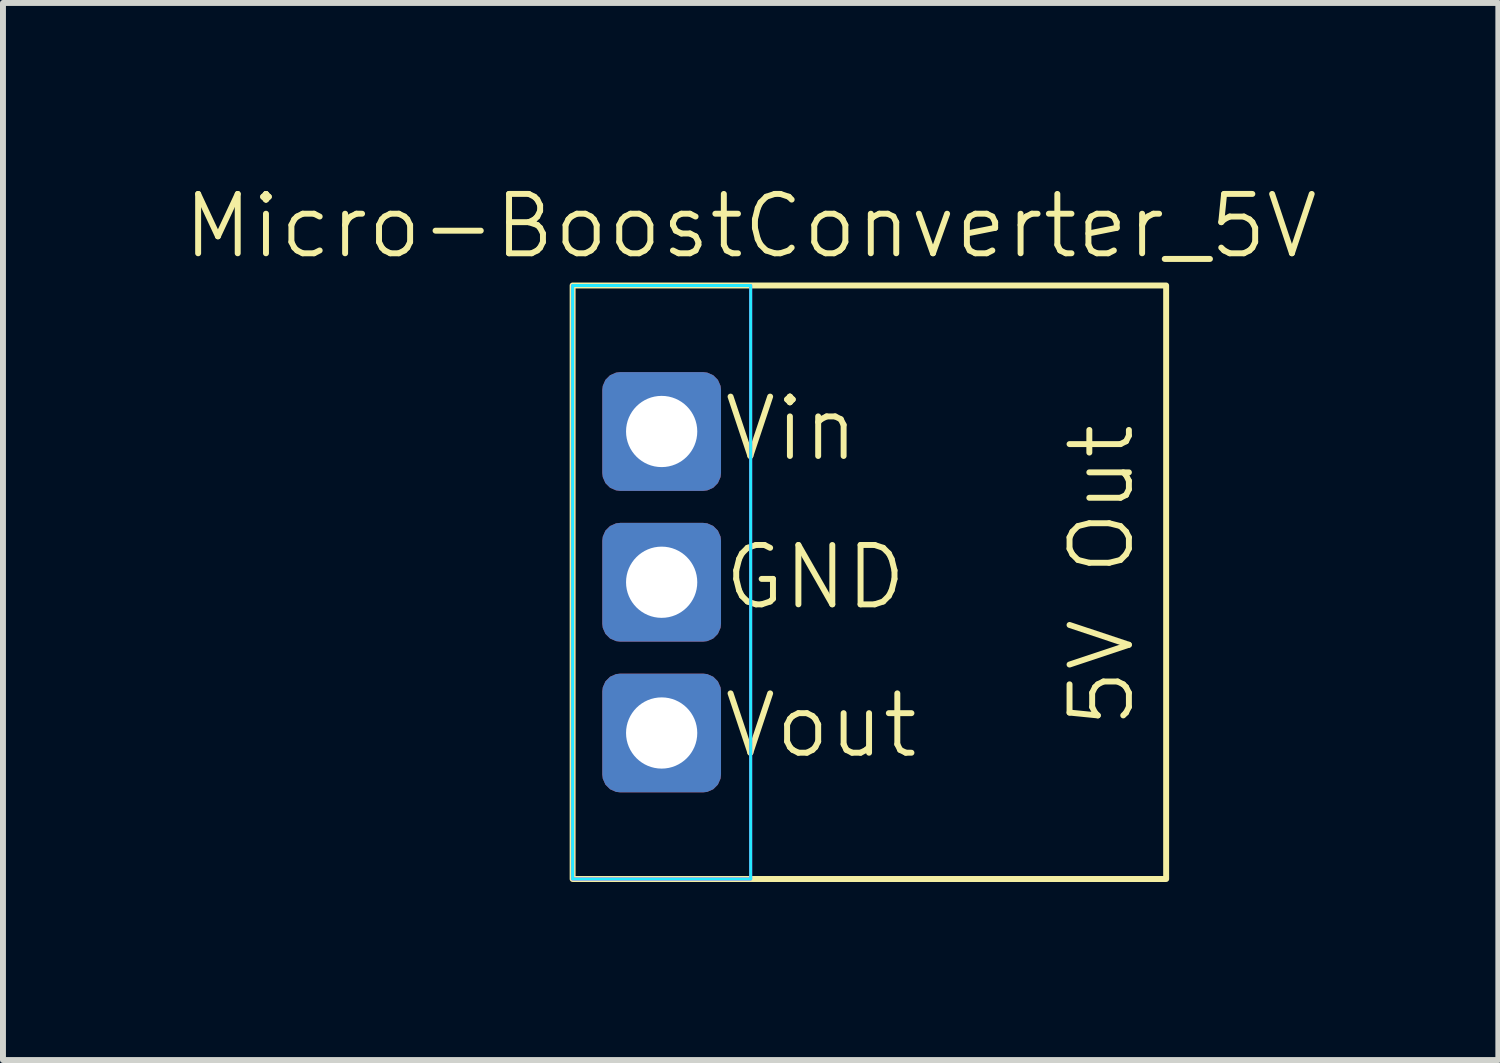
<source format=kicad_pcb>
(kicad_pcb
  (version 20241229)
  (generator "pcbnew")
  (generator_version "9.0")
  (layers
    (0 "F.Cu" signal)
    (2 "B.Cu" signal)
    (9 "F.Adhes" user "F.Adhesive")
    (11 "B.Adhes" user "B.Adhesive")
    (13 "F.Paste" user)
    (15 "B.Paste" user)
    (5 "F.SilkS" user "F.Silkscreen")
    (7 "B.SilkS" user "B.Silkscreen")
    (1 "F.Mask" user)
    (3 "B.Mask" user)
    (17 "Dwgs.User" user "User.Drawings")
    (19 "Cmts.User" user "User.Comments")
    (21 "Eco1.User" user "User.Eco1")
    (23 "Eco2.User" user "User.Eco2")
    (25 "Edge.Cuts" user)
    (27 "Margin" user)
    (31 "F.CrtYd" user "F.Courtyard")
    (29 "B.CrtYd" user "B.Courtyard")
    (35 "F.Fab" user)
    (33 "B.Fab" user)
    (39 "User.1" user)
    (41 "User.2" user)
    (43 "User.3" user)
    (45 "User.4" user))
  (footprint "Micro-BoostConverter_5V"
    (layer "F.Cu")
    (at 6.598 1.76)
    (property "Reference" "Micro-BoostConverter_5V" (at 3 -1 0) (unlocked yes) (layer "F.SilkS") (effects (font (size 1 1) (thickness 0.1))))
    (attr through_hole)
    (fp_rect (start 0 0) (end 10 10) (stroke (width 0.1) (type default)) (fill no) (layer "F.SilkS"))
    (fp_rect (start 0 0) (end 3 10) (stroke (width 0.05) (type default)) (fill no) (layer "B.CrtYd"))
    (fp_rect (start 0 0) (end 3 10) (stroke (width 0.05) (type default)) (fill no) (layer "F.CrtYd"))
    (fp_text user "Vout" (at 2.5 8 0) (unlocked yes) (layer "F.SilkS") (effects (font (size 1 1) (thickness 0.1)) (justify left bottom)))
    (fp_text user "5V Out" (at 9.5 7.5 90) (unlocked yes) (layer "F.SilkS") (effects (font (size 1 1) (thickness 0.1)) (justify left bottom)))
    (fp_text user "GND" (at 2.5 5.5 0) (unlocked yes) (layer "F.SilkS") (effects (font (size 1 1) (thickness 0.1)) (justify left bottom)))
    (fp_text user "Vin" (at 2.5 3 0) (unlocked yes) (layer "F.SilkS") (effects (font (size 1 1) (thickness 0.1)) (justify left bottom)))
    (pad "1" thru_hole roundrect (at 1.5 2.46) (size 2 2) (drill 1.2) (layers "*.Cu" "*.Mask") (roundrect_rratio 0.15))
    (pad "2" thru_hole roundrect (at 1.5 5) (size 2 2) (drill 1.2) (layers "*.Cu" "*.Mask") (roundrect_rratio 0.15))
    (pad "3" thru_hole roundrect (at 1.5 7.54) (size 2 2) (drill 1.2) (layers "*.Cu" "*.Mask") (roundrect_rratio 0.15)))
  (gr_rect
    (start -3 -3)
    (end 22.195 14.81)
    (stroke (width 0.1) (type default))
    (fill no)
    (layer "Edge.Cuts")))
</source>
